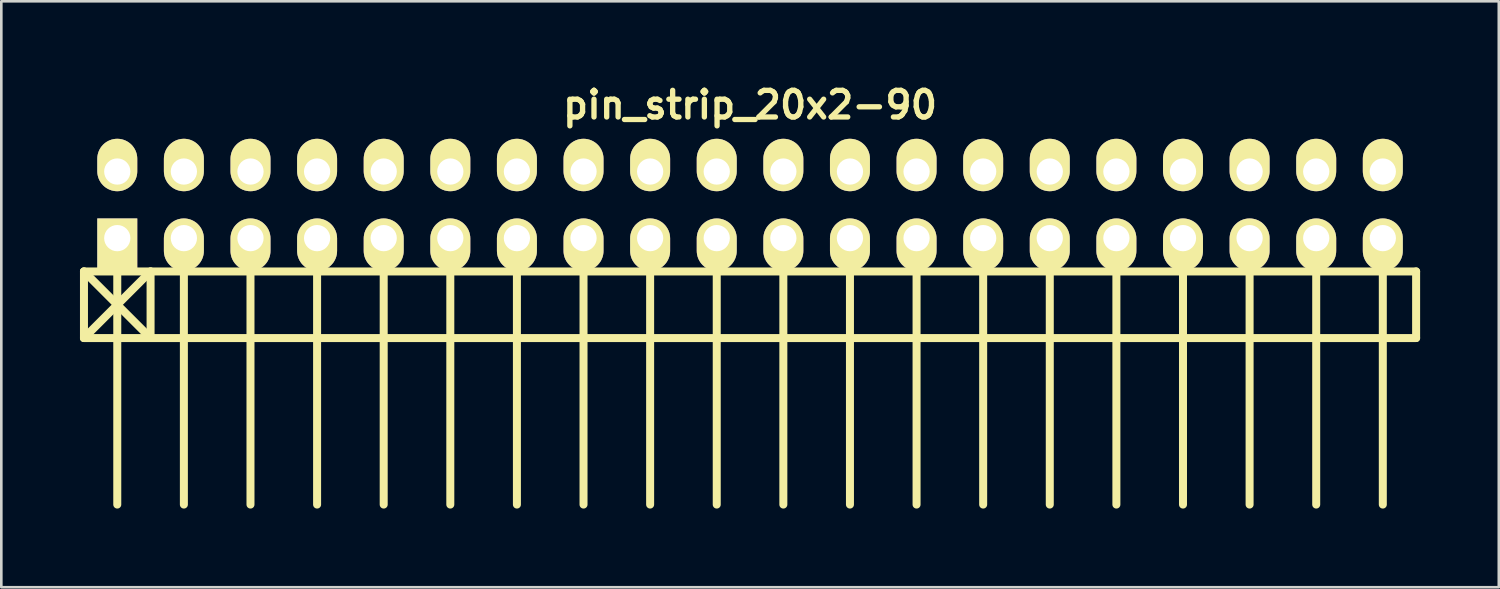
<source format=kicad_pcb>
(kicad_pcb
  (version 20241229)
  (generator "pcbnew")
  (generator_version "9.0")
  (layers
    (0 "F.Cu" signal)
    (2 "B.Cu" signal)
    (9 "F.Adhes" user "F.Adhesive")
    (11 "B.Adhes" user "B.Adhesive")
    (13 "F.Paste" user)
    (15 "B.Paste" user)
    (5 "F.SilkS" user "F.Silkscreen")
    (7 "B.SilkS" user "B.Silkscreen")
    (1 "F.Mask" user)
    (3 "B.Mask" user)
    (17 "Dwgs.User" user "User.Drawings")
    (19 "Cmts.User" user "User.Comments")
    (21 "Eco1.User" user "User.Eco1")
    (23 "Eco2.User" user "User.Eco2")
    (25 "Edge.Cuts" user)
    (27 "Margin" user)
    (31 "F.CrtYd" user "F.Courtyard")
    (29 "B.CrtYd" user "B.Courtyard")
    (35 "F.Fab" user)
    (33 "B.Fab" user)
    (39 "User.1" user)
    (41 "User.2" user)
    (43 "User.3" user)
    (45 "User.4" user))
  (footprint "pin_strip_20x2-90"
    (layer "F.Cu")
    (at 25.552 4.761)
    (property "Reference" "pin_strip_20x2-90" (at 0 -3.81 0) (layer "F.SilkS") (effects (font (size 1.016 1.016) (thickness 0.203))))
    (attr through_hole)
    (fp_line (start -25.4 2.54) (end -22.86 5.08) (stroke (width 0.305) (type solid)) (layer "F.SilkS"))
    (fp_line (start -25.4 5.08) (end -25.4 2.54) (stroke (width 0.305) (type solid)) (layer "F.SilkS"))
    (fp_line (start -25.4 5.08) (end 25.4 5.08) (stroke (width 0.305) (type solid)) (layer "F.SilkS"))
    (fp_line (start -24.13 1.27) (end -24.13 11.43) (stroke (width 0.305) (type solid)) (layer "F.SilkS"))
    (fp_line (start -22.86 2.54) (end -25.4 5.08) (stroke (width 0.305) (type solid)) (layer "F.SilkS"))
    (fp_line (start -22.86 5.08) (end -22.86 2.54) (stroke (width 0.305) (type solid)) (layer "F.SilkS"))
    (fp_line (start -21.59 1.27) (end -21.59 11.43) (stroke (width 0.305) (type solid)) (layer "F.SilkS"))
    (fp_line (start -19.05 11.43) (end -19.05 1.27) (stroke (width 0.305) (type solid)) (layer "F.SilkS"))
    (fp_line (start -16.51 1.27) (end -16.51 11.43) (stroke (width 0.305) (type solid)) (layer "F.SilkS"))
    (fp_line (start -13.97 1.27) (end -13.97 11.43) (stroke (width 0.305) (type solid)) (layer "F.SilkS"))
    (fp_line (start -11.43 1.27) (end -11.43 11.43) (stroke (width 0.305) (type solid)) (layer "F.SilkS"))
    (fp_line (start -8.89 1.27) (end -8.89 11.43) (stroke (width 0.305) (type solid)) (layer "F.SilkS"))
    (fp_line (start -6.35 1.27) (end -6.35 11.43) (stroke (width 0.305) (type solid)) (layer "F.SilkS"))
    (fp_line (start -3.81 1.27) (end -3.81 11.43) (stroke (width 0.305) (type solid)) (layer "F.SilkS"))
    (fp_line (start -1.27 1.27) (end -1.27 11.43) (stroke (width 0.305) (type solid)) (layer "F.SilkS"))
    (fp_line (start 1.27 1.27) (end 1.27 11.43) (stroke (width 0.305) (type solid)) (layer "F.SilkS"))
    (fp_line (start 3.81 1.27) (end 3.81 11.43) (stroke (width 0.305) (type solid)) (layer "F.SilkS"))
    (fp_line (start 6.35 11.43) (end 6.35 1.27) (stroke (width 0.305) (type solid)) (layer "F.SilkS"))
    (fp_line (start 8.89 1.27) (end 8.89 11.43) (stroke (width 0.305) (type solid)) (layer "F.SilkS"))
    (fp_line (start 11.43 1.27) (end 11.43 11.43) (stroke (width 0.305) (type solid)) (layer "F.SilkS"))
    (fp_line (start 13.97 1.27) (end 13.97 11.43) (stroke (width 0.305) (type solid)) (layer "F.SilkS"))
    (fp_line (start 16.51 1.27) (end 16.51 11.43) (stroke (width 0.305) (type solid)) (layer "F.SilkS"))
    (fp_line (start 19.05 1.27) (end 19.05 11.43) (stroke (width 0.305) (type solid)) (layer "F.SilkS"))
    (fp_line (start 21.59 1.27) (end 21.59 11.43) (stroke (width 0.305) (type solid)) (layer "F.SilkS"))
    (fp_line (start 24.13 1.27) (end 24.13 11.43) (stroke (width 0.305) (type solid)) (layer "F.SilkS"))
    (fp_line (start 25.4 2.54) (end -25.4 2.54) (stroke (width 0.305) (type solid)) (layer "F.SilkS"))
    (fp_line (start 25.4 2.54) (end 25.4 5.08) (stroke (width 0.305) (type solid)) (layer "F.SilkS"))
    (pad "1" thru_hole rect (at -24.13 1.27) (size 1.524 1.999) (drill 1.001 (offset 0 0.249)) (layers "*.Cu" "*.Mask" "F.SilkS"))
    (pad "2" thru_hole oval (at -24.13 -1.27) (size 1.524 1.999) (drill 1.001 (offset 0 -0.249)) (layers "*.Cu" "*.Mask" "F.SilkS"))
    (pad "3" thru_hole oval (at -21.59 1.27) (size 1.524 1.999) (drill 1.001 (offset 0 0.249)) (layers "*.Cu" "*.Mask" "F.SilkS"))
    (pad "4" thru_hole oval (at -21.59 -1.27) (size 1.524 1.999) (drill 1.001 (offset 0 -0.249)) (layers "*.Cu" "*.Mask" "F.SilkS"))
    (pad "5" thru_hole oval (at -19.05 1.27) (size 1.524 1.999) (drill 1.001 (offset 0 0.249)) (layers "*.Cu" "*.Mask" "F.SilkS"))
    (pad "6" thru_hole oval (at -19.05 -1.27) (size 1.524 1.999) (drill 1.001 (offset 0 -0.249)) (layers "*.Cu" "*.Mask" "F.SilkS"))
    (pad "7" thru_hole oval (at -16.51 1.27) (size 1.524 1.999) (drill 1.001 (offset 0 0.249)) (layers "*.Cu" "*.Mask" "F.SilkS"))
    (pad "8" thru_hole oval (at -16.51 -1.27) (size 1.524 1.999) (drill 1.001 (offset 0 -0.249)) (layers "*.Cu" "*.Mask" "F.SilkS"))
    (pad "9" thru_hole oval (at -13.97 1.27) (size 1.524 1.999) (drill 1.001 (offset 0 0.249)) (layers "*.Cu" "*.Mask" "F.SilkS"))
    (pad "10" thru_hole oval (at -13.97 -1.27) (size 1.524 1.999) (drill 1.001 (offset 0 -0.249)) (layers "*.Cu" "*.Mask" "F.SilkS"))
    (pad "11" thru_hole oval (at -11.43 1.27) (size 1.524 1.999) (drill 1.001 (offset 0 0.249)) (layers "*.Cu" "*.Mask" "F.SilkS"))
    (pad "12" thru_hole oval (at -11.43 -1.27) (size 1.524 1.999) (drill 1.001 (offset 0 -0.249)) (layers "*.Cu" "*.Mask" "F.SilkS"))
    (pad "13" thru_hole oval (at -8.89 1.27) (size 1.524 1.999) (drill 1.001 (offset 0 0.249)) (layers "*.Cu" "*.Mask" "F.SilkS"))
    (pad "14" thru_hole oval (at -8.89 -1.27) (size 1.524 1.999) (drill 1.001 (offset 0 -0.249)) (layers "*.Cu" "*.Mask" "F.SilkS"))
    (pad "15" thru_hole oval (at -6.35 1.27) (size 1.524 1.999) (drill 1.001 (offset 0 0.249)) (layers "*.Cu" "*.Mask" "F.SilkS"))
    (pad "16" thru_hole oval (at -6.35 -1.27) (size 1.524 1.999) (drill 1.001 (offset 0 -0.249)) (layers "*.Cu" "*.Mask" "F.SilkS"))
    (pad "17" thru_hole oval (at -3.81 1.27) (size 1.524 1.999) (drill 1.001 (offset 0 0.249)) (layers "*.Cu" "*.Mask" "F.SilkS"))
    (pad "18" thru_hole oval (at -3.81 -1.27) (size 1.524 1.999) (drill 1.001 (offset 0 -0.249)) (layers "*.Cu" "*.Mask" "F.SilkS"))
    (pad "19" thru_hole oval (at -1.27 1.27) (size 1.524 1.999) (drill 1.001 (offset 0 0.249)) (layers "*.Cu" "*.Mask" "F.SilkS"))
    (pad "20" thru_hole oval (at -1.27 -1.27) (size 1.524 1.999) (drill 1.001 (offset 0 -0.249)) (layers "*.Cu" "*.Mask" "F.SilkS"))
    (pad "21" thru_hole oval (at 1.27 1.27) (size 1.524 1.999) (drill 1.001 (offset 0 0.249)) (layers "*.Cu" "*.Mask" "F.SilkS"))
    (pad "22" thru_hole oval (at 1.27 -1.27) (size 1.524 1.999) (drill 1.001 (offset 0 -0.249)) (layers "*.Cu" "*.Mask" "F.SilkS"))
    (pad "23" thru_hole oval (at 3.81 1.27) (size 1.524 1.999) (drill 1.001 (offset 0 0.249)) (layers "*.Cu" "*.Mask" "F.SilkS"))
    (pad "24" thru_hole oval (at 3.81 -1.27) (size 1.524 1.999) (drill 1.001 (offset 0 -0.249)) (layers "*.Cu" "*.Mask" "F.SilkS"))
    (pad "25" thru_hole oval (at 6.35 1.27) (size 1.524 1.999) (drill 1.001 (offset 0 0.249)) (layers "*.Cu" "*.Mask" "F.SilkS"))
    (pad "26" thru_hole oval (at 6.35 -1.27) (size 1.524 1.999) (drill 1.001 (offset 0 -0.249)) (layers "*.Cu" "*.Mask" "F.SilkS"))
    (pad "27" thru_hole oval (at 8.89 1.27) (size 1.524 1.999) (drill 1.001 (offset 0 0.249)) (layers "*.Cu" "*.Mask" "F.SilkS"))
    (pad "28" thru_hole oval (at 8.89 -1.27) (size 1.524 1.999) (drill 1.001 (offset 0 -0.249)) (layers "*.Cu" "*.Mask" "F.SilkS"))
    (pad "29" thru_hole oval (at 11.43 1.27) (size 1.524 1.999) (drill 1.001 (offset 0 0.249)) (layers "*.Cu" "*.Mask" "F.SilkS"))
    (pad "30" thru_hole oval (at 11.43 -1.27) (size 1.524 1.999) (drill 1.001 (offset 0 -0.249)) (layers "*.Cu" "*.Mask" "F.SilkS"))
    (pad "31" thru_hole oval (at 13.97 1.27) (size 1.524 1.999) (drill 1.001 (offset 0 0.249)) (layers "*.Cu" "*.Mask" "F.SilkS"))
    (pad "32" thru_hole oval (at 13.97 -1.27) (size 1.524 1.999) (drill 1.001 (offset 0 -0.249)) (layers "*.Cu" "*.Mask" "F.SilkS"))
    (pad "33" thru_hole oval (at 16.51 1.27) (size 1.524 1.999) (drill 1.001 (offset 0 0.249)) (layers "*.Cu" "*.Mask" "F.SilkS"))
    (pad "34" thru_hole oval (at 16.51 -1.27) (size 1.524 1.999) (drill 1.001 (offset 0 -0.249)) (layers "*.Cu" "*.Mask" "F.SilkS"))
    (pad "35" thru_hole oval (at 19.05 1.27) (size 1.524 1.999) (drill 1.001 (offset 0 0.249)) (layers "*.Cu" "*.Mask" "F.SilkS"))
    (pad "36" thru_hole oval (at 19.05 -1.27) (size 1.524 1.999) (drill 1.001 (offset 0 -0.249)) (layers "*.Cu" "*.Mask" "F.SilkS"))
    (pad "37" thru_hole oval (at 21.59 1.27) (size 1.524 1.999) (drill 1.001 (offset 0 0.249)) (layers "*.Cu" "*.Mask" "F.SilkS"))
    (pad "38" thru_hole oval (at 21.59 -1.27) (size 1.524 1.999) (drill 1.001 (offset 0 -0.249)) (layers "*.Cu" "*.Mask" "F.SilkS"))
    (pad "39" thru_hole oval (at 24.13 1.27) (size 1.524 1.999) (drill 1.001 (offset 0 0.249)) (layers "*.Cu" "*.Mask" "F.SilkS"))
    (pad "40" thru_hole oval (at 24.13 -1.27) (size 1.524 1.999) (drill 1.001 (offset 0 -0.249)) (layers "*.Cu" "*.Mask" "F.SilkS")))
  (gr_rect
    (start -3 -3)
    (end 54.105 19.343)
    (stroke (width 0.1) (type default))
    (fill no)
    (layer "Edge.Cuts")))
</source>
